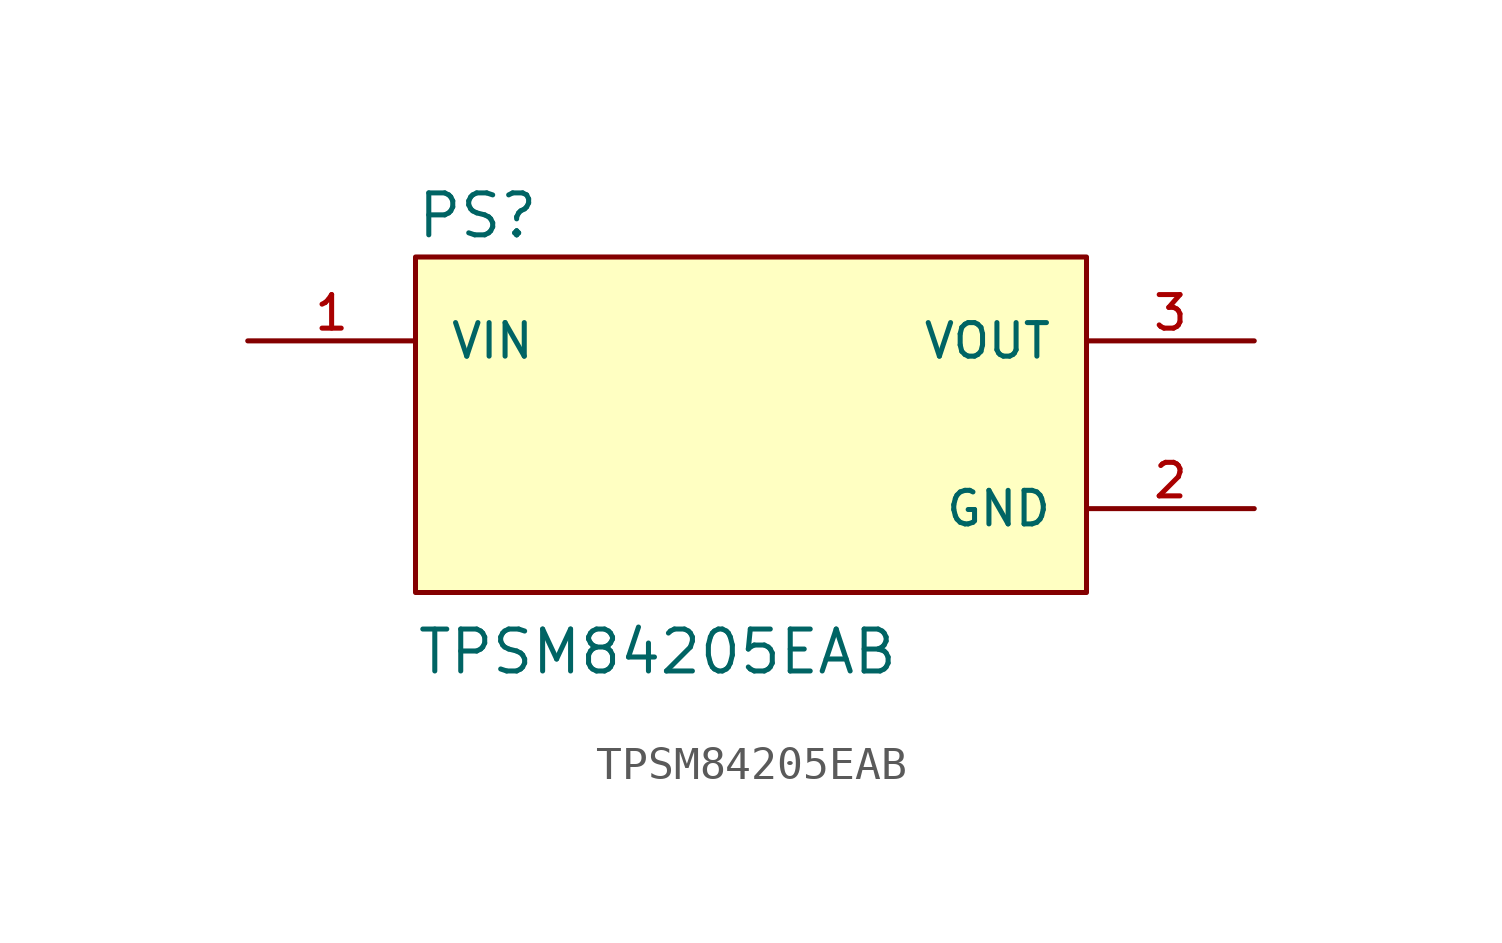
<source format=kicad_sym>
(kicad_symbol_lib
  (version 20211014)
  (generator kicad_symbol_editor)
  (symbol "TPSM84205EAB"
    (pin_names
      (offset 1.016))
    (property "Reference" "PS"
      (at -10.16 5.588 0)
      (effects (font (size 1.27 1.27)) (justify bottom left)))
    (property "Value" "TPSM84205EAB"
      (at -10.16 -7.62 0)
      (effects (font (size 1.27 1.27)) (justify bottom left)))
    (symbol "TPSM84205EAB_0_0"
      (rectangle (start -10.16 -5.08) (end 10.16 5.08) (stroke (width 0.152)) (fill (type background)))
      (pin input line (at -15.24 2.54 0) (length 5.08) (name "VIN" (effects (font (size 1.016 1.016)))) (number "1" (effects (font (size 1.016 1.016)))))
      (pin output line (at 15.24 2.54 180.0) (length 5.08) (name "VOUT" (effects (font (size 1.016 1.016)))) (number "3" (effects (font (size 1.016 1.016)))))
      (pin power_in line (at 15.24 -2.54 180.0) (length 5.08) (name "GND" (effects (font (size 1.016 1.016)))) (number "2" (effects (font (size 1.016 1.016))))))))
</source>
